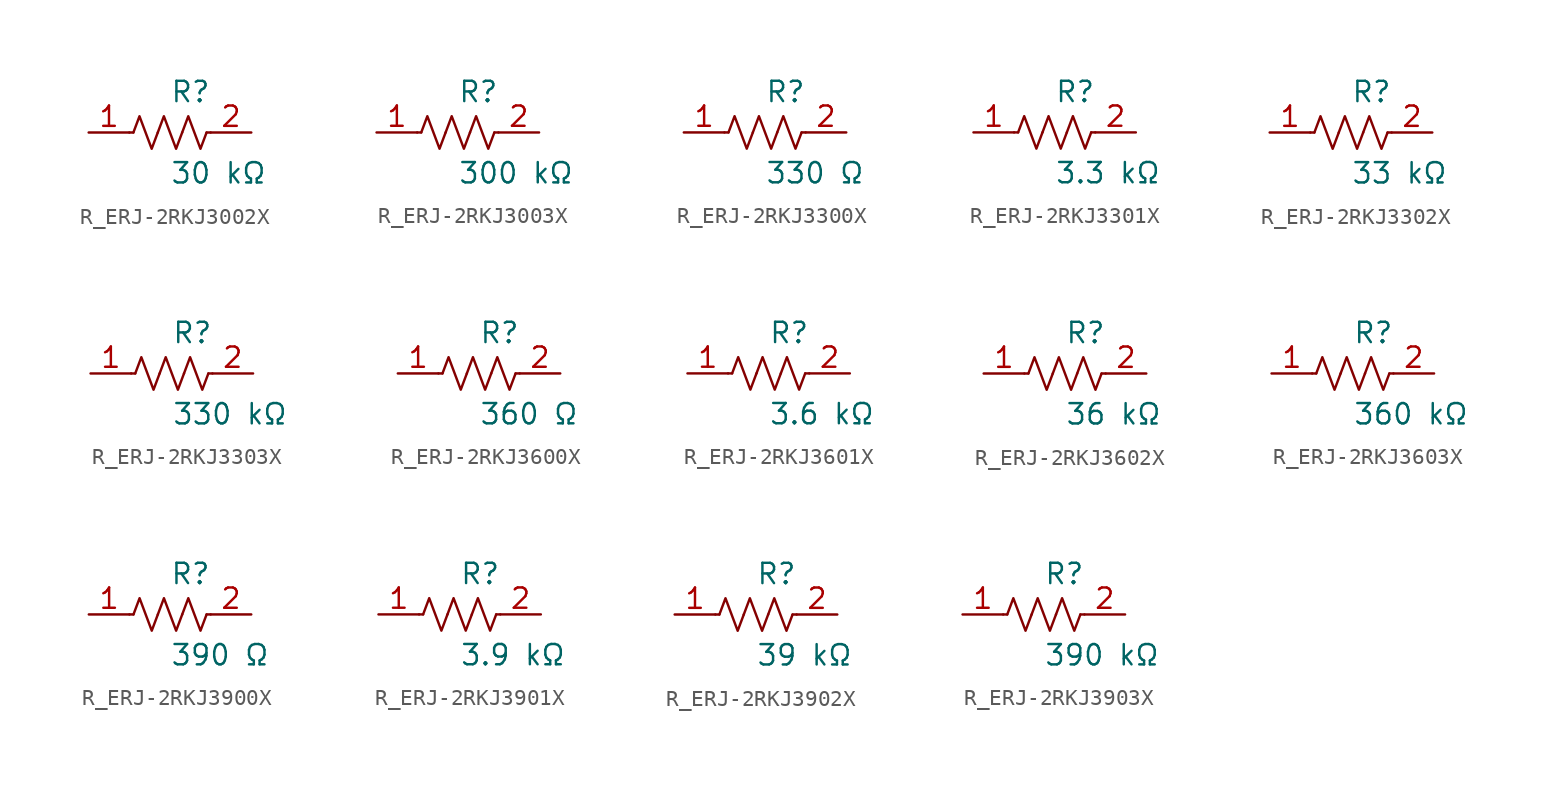
<source format=kicad_sym>
(kicad_symbol_lib
  (version 20231120)
  (generator kicad_symbol_editor)
  (generator_version 8.0)
  (symbol "R_ERJ-2RKJ3002X"
    (pin_names
      (offset 0.254))
    (property "Reference" "R"
      (at 0 2.54 0)
      (effects (font (size 1.27 1.27)) (justify left)))
    (property "Value" "30 kΩ"
      (at 0 -2.54 0)
      (effects (font (size 1.27 1.27)) (justify left)))
    (symbol "R_ERJ-2RKJ3002X_0_1"
      (polyline (pts (xy 2.286 0) (xy 2.54 0)) (stroke (width 0) (type default)) (fill (type none)))
      (polyline (pts (xy -2.286 0) (xy -2.54 0)) (stroke (width 0) (type default)) (fill (type none)))
      (polyline (pts (xy 0.762 0) (xy 1.143 1.016) (xy 1.524 0) (xy 1.905 -1.016) (xy 2.286 0)) (stroke (width 0) (type default)) (fill (type none)))
      (polyline (pts (xy -0.762 0) (xy -0.381 1.016) (xy 0 0) (xy 0.381 -1.016) (xy 0.762 0)) (stroke (width 0) (type default)) (fill (type none)))
      (polyline (pts (xy -2.286 0) (xy -1.905 1.016) (xy -1.524 0) (xy -1.143 -1.016) (xy -0.762 0)) (stroke (width 0) (type default)) (fill (type none))))
    (pin unspecified line
      (at -5.08 0 0)
      (length 2.54)
      (name "" (effects (font (size 1.27 1.27))))
      (number "1" (effects (font (size 1.27 1.27)))))
    (pin unspecified line
      (at 5.08 0 180)
      (length 2.54)
      (name "" (effects (font (size 1.27 1.27))))
      (number "2" (effects (font (size 1.27 1.27))))))
  (symbol "R_ERJ-2RKJ3003X"
    (pin_names
      (offset 0.254))
    (property "Reference" "R"
      (at 0 2.54 0)
      (effects (font (size 1.27 1.27)) (justify left)))
    (property "Value" "300 kΩ"
      (at 0 -2.54 0)
      (effects (font (size 1.27 1.27)) (justify left)))
    (symbol "R_ERJ-2RKJ3003X_0_1"
      (polyline (pts (xy 2.286 0) (xy 2.54 0)) (stroke (width 0) (type default)) (fill (type none)))
      (polyline (pts (xy -2.286 0) (xy -2.54 0)) (stroke (width 0) (type default)) (fill (type none)))
      (polyline (pts (xy 0.762 0) (xy 1.143 1.016) (xy 1.524 0) (xy 1.905 -1.016) (xy 2.286 0)) (stroke (width 0) (type default)) (fill (type none)))
      (polyline (pts (xy -0.762 0) (xy -0.381 1.016) (xy 0 0) (xy 0.381 -1.016) (xy 0.762 0)) (stroke (width 0) (type default)) (fill (type none)))
      (polyline (pts (xy -2.286 0) (xy -1.905 1.016) (xy -1.524 0) (xy -1.143 -1.016) (xy -0.762 0)) (stroke (width 0) (type default)) (fill (type none))))
    (pin unspecified line
      (at -5.08 0 0)
      (length 2.54)
      (name "" (effects (font (size 1.27 1.27))))
      (number "1" (effects (font (size 1.27 1.27)))))
    (pin unspecified line
      (at 5.08 0 180)
      (length 2.54)
      (name "" (effects (font (size 1.27 1.27))))
      (number "2" (effects (font (size 1.27 1.27))))))
  (symbol "R_ERJ-2RKJ3300X"
    (pin_names
      (offset 0.254))
    (property "Reference" "R"
      (at 0 2.54 0)
      (effects (font (size 1.27 1.27)) (justify left)))
    (property "Value" "330 Ω"
      (at 0 -2.54 0)
      (effects (font (size 1.27 1.27)) (justify left)))
    (symbol "R_ERJ-2RKJ3300X_0_1"
      (polyline (pts (xy 2.286 0) (xy 2.54 0)) (stroke (width 0) (type default)) (fill (type none)))
      (polyline (pts (xy -2.286 0) (xy -2.54 0)) (stroke (width 0) (type default)) (fill (type none)))
      (polyline (pts (xy 0.762 0) (xy 1.143 1.016) (xy 1.524 0) (xy 1.905 -1.016) (xy 2.286 0)) (stroke (width 0) (type default)) (fill (type none)))
      (polyline (pts (xy -0.762 0) (xy -0.381 1.016) (xy 0 0) (xy 0.381 -1.016) (xy 0.762 0)) (stroke (width 0) (type default)) (fill (type none)))
      (polyline (pts (xy -2.286 0) (xy -1.905 1.016) (xy -1.524 0) (xy -1.143 -1.016) (xy -0.762 0)) (stroke (width 0) (type default)) (fill (type none))))
    (pin unspecified line
      (at -5.08 0 0)
      (length 2.54)
      (name "" (effects (font (size 1.27 1.27))))
      (number "1" (effects (font (size 1.27 1.27)))))
    (pin unspecified line
      (at 5.08 0 180)
      (length 2.54)
      (name "" (effects (font (size 1.27 1.27))))
      (number "2" (effects (font (size 1.27 1.27))))))
  (symbol "R_ERJ-2RKJ3301X"
    (pin_names
      (offset 0.254))
    (property "Reference" "R"
      (at 0 2.54 0)
      (effects (font (size 1.27 1.27)) (justify left)))
    (property "Value" "3.3 kΩ"
      (at 0 -2.54 0)
      (effects (font (size 1.27 1.27)) (justify left)))
    (symbol "R_ERJ-2RKJ3301X_0_1"
      (polyline (pts (xy 2.286 0) (xy 2.54 0)) (stroke (width 0) (type default)) (fill (type none)))
      (polyline (pts (xy -2.286 0) (xy -2.54 0)) (stroke (width 0) (type default)) (fill (type none)))
      (polyline (pts (xy 0.762 0) (xy 1.143 1.016) (xy 1.524 0) (xy 1.905 -1.016) (xy 2.286 0)) (stroke (width 0) (type default)) (fill (type none)))
      (polyline (pts (xy -0.762 0) (xy -0.381 1.016) (xy 0 0) (xy 0.381 -1.016) (xy 0.762 0)) (stroke (width 0) (type default)) (fill (type none)))
      (polyline (pts (xy -2.286 0) (xy -1.905 1.016) (xy -1.524 0) (xy -1.143 -1.016) (xy -0.762 0)) (stroke (width 0) (type default)) (fill (type none))))
    (pin unspecified line
      (at -5.08 0 0)
      (length 2.54)
      (name "" (effects (font (size 1.27 1.27))))
      (number "1" (effects (font (size 1.27 1.27)))))
    (pin unspecified line
      (at 5.08 0 180)
      (length 2.54)
      (name "" (effects (font (size 1.27 1.27))))
      (number "2" (effects (font (size 1.27 1.27))))))
  (symbol "R_ERJ-2RKJ3302X"
    (pin_names
      (offset 0.254))
    (property "Reference" "R"
      (at 0 2.54 0)
      (effects (font (size 1.27 1.27)) (justify left)))
    (property "Value" "33 kΩ"
      (at 0 -2.54 0)
      (effects (font (size 1.27 1.27)) (justify left)))
    (symbol "R_ERJ-2RKJ3302X_0_1"
      (polyline (pts (xy 2.286 0) (xy 2.54 0)) (stroke (width 0) (type default)) (fill (type none)))
      (polyline (pts (xy -2.286 0) (xy -2.54 0)) (stroke (width 0) (type default)) (fill (type none)))
      (polyline (pts (xy 0.762 0) (xy 1.143 1.016) (xy 1.524 0) (xy 1.905 -1.016) (xy 2.286 0)) (stroke (width 0) (type default)) (fill (type none)))
      (polyline (pts (xy -0.762 0) (xy -0.381 1.016) (xy 0 0) (xy 0.381 -1.016) (xy 0.762 0)) (stroke (width 0) (type default)) (fill (type none)))
      (polyline (pts (xy -2.286 0) (xy -1.905 1.016) (xy -1.524 0) (xy -1.143 -1.016) (xy -0.762 0)) (stroke (width 0) (type default)) (fill (type none))))
    (pin unspecified line
      (at -5.08 0 0)
      (length 2.54)
      (name "" (effects (font (size 1.27 1.27))))
      (number "1" (effects (font (size 1.27 1.27)))))
    (pin unspecified line
      (at 5.08 0 180)
      (length 2.54)
      (name "" (effects (font (size 1.27 1.27))))
      (number "2" (effects (font (size 1.27 1.27))))))
  (symbol "R_ERJ-2RKJ3303X"
    (pin_names
      (offset 0.254))
    (property "Reference" "R"
      (at 0 2.54 0)
      (effects (font (size 1.27 1.27)) (justify left)))
    (property "Value" "330 kΩ"
      (at 0 -2.54 0)
      (effects (font (size 1.27 1.27)) (justify left)))
    (symbol "R_ERJ-2RKJ3303X_0_1"
      (polyline (pts (xy 2.286 0) (xy 2.54 0)) (stroke (width 0) (type default)) (fill (type none)))
      (polyline (pts (xy -2.286 0) (xy -2.54 0)) (stroke (width 0) (type default)) (fill (type none)))
      (polyline (pts (xy 0.762 0) (xy 1.143 1.016) (xy 1.524 0) (xy 1.905 -1.016) (xy 2.286 0)) (stroke (width 0) (type default)) (fill (type none)))
      (polyline (pts (xy -0.762 0) (xy -0.381 1.016) (xy 0 0) (xy 0.381 -1.016) (xy 0.762 0)) (stroke (width 0) (type default)) (fill (type none)))
      (polyline (pts (xy -2.286 0) (xy -1.905 1.016) (xy -1.524 0) (xy -1.143 -1.016) (xy -0.762 0)) (stroke (width 0) (type default)) (fill (type none))))
    (pin unspecified line
      (at -5.08 0 0)
      (length 2.54)
      (name "" (effects (font (size 1.27 1.27))))
      (number "1" (effects (font (size 1.27 1.27)))))
    (pin unspecified line
      (at 5.08 0 180)
      (length 2.54)
      (name "" (effects (font (size 1.27 1.27))))
      (number "2" (effects (font (size 1.27 1.27))))))
  (symbol "R_ERJ-2RKJ3600X"
    (pin_names
      (offset 0.254))
    (property "Reference" "R"
      (at 0 2.54 0)
      (effects (font (size 1.27 1.27)) (justify left)))
    (property "Value" "360 Ω"
      (at 0 -2.54 0)
      (effects (font (size 1.27 1.27)) (justify left)))
    (symbol "R_ERJ-2RKJ3600X_0_1"
      (polyline (pts (xy 2.286 0) (xy 2.54 0)) (stroke (width 0) (type default)) (fill (type none)))
      (polyline (pts (xy -2.286 0) (xy -2.54 0)) (stroke (width 0) (type default)) (fill (type none)))
      (polyline (pts (xy 0.762 0) (xy 1.143 1.016) (xy 1.524 0) (xy 1.905 -1.016) (xy 2.286 0)) (stroke (width 0) (type default)) (fill (type none)))
      (polyline (pts (xy -0.762 0) (xy -0.381 1.016) (xy 0 0) (xy 0.381 -1.016) (xy 0.762 0)) (stroke (width 0) (type default)) (fill (type none)))
      (polyline (pts (xy -2.286 0) (xy -1.905 1.016) (xy -1.524 0) (xy -1.143 -1.016) (xy -0.762 0)) (stroke (width 0) (type default)) (fill (type none))))
    (pin unspecified line
      (at -5.08 0 0)
      (length 2.54)
      (name "" (effects (font (size 1.27 1.27))))
      (number "1" (effects (font (size 1.27 1.27)))))
    (pin unspecified line
      (at 5.08 0 180)
      (length 2.54)
      (name "" (effects (font (size 1.27 1.27))))
      (number "2" (effects (font (size 1.27 1.27))))))
  (symbol "R_ERJ-2RKJ3601X"
    (pin_names
      (offset 0.254))
    (property "Reference" "R"
      (at 0 2.54 0)
      (effects (font (size 1.27 1.27)) (justify left)))
    (property "Value" "3.6 kΩ"
      (at 0 -2.54 0)
      (effects (font (size 1.27 1.27)) (justify left)))
    (symbol "R_ERJ-2RKJ3601X_0_1"
      (polyline (pts (xy 2.286 0) (xy 2.54 0)) (stroke (width 0) (type default)) (fill (type none)))
      (polyline (pts (xy -2.286 0) (xy -2.54 0)) (stroke (width 0) (type default)) (fill (type none)))
      (polyline (pts (xy 0.762 0) (xy 1.143 1.016) (xy 1.524 0) (xy 1.905 -1.016) (xy 2.286 0)) (stroke (width 0) (type default)) (fill (type none)))
      (polyline (pts (xy -0.762 0) (xy -0.381 1.016) (xy 0 0) (xy 0.381 -1.016) (xy 0.762 0)) (stroke (width 0) (type default)) (fill (type none)))
      (polyline (pts (xy -2.286 0) (xy -1.905 1.016) (xy -1.524 0) (xy -1.143 -1.016) (xy -0.762 0)) (stroke (width 0) (type default)) (fill (type none))))
    (pin unspecified line
      (at -5.08 0 0)
      (length 2.54)
      (name "" (effects (font (size 1.27 1.27))))
      (number "1" (effects (font (size 1.27 1.27)))))
    (pin unspecified line
      (at 5.08 0 180)
      (length 2.54)
      (name "" (effects (font (size 1.27 1.27))))
      (number "2" (effects (font (size 1.27 1.27))))))
  (symbol "R_ERJ-2RKJ3602X"
    (pin_names
      (offset 0.254))
    (property "Reference" "R"
      (at 0 2.54 0)
      (effects (font (size 1.27 1.27)) (justify left)))
    (property "Value" "36 kΩ"
      (at 0 -2.54 0)
      (effects (font (size 1.27 1.27)) (justify left)))
    (symbol "R_ERJ-2RKJ3602X_0_1"
      (polyline (pts (xy 2.286 0) (xy 2.54 0)) (stroke (width 0) (type default)) (fill (type none)))
      (polyline (pts (xy -2.286 0) (xy -2.54 0)) (stroke (width 0) (type default)) (fill (type none)))
      (polyline (pts (xy 0.762 0) (xy 1.143 1.016) (xy 1.524 0) (xy 1.905 -1.016) (xy 2.286 0)) (stroke (width 0) (type default)) (fill (type none)))
      (polyline (pts (xy -0.762 0) (xy -0.381 1.016) (xy 0 0) (xy 0.381 -1.016) (xy 0.762 0)) (stroke (width 0) (type default)) (fill (type none)))
      (polyline (pts (xy -2.286 0) (xy -1.905 1.016) (xy -1.524 0) (xy -1.143 -1.016) (xy -0.762 0)) (stroke (width 0) (type default)) (fill (type none))))
    (pin unspecified line
      (at -5.08 0 0)
      (length 2.54)
      (name "" (effects (font (size 1.27 1.27))))
      (number "1" (effects (font (size 1.27 1.27)))))
    (pin unspecified line
      (at 5.08 0 180)
      (length 2.54)
      (name "" (effects (font (size 1.27 1.27))))
      (number "2" (effects (font (size 1.27 1.27))))))
  (symbol "R_ERJ-2RKJ3603X"
    (pin_names
      (offset 0.254))
    (property "Reference" "R"
      (at 0 2.54 0)
      (effects (font (size 1.27 1.27)) (justify left)))
    (property "Value" "360 kΩ"
      (at 0 -2.54 0)
      (effects (font (size 1.27 1.27)) (justify left)))
    (symbol "R_ERJ-2RKJ3603X_0_1"
      (polyline (pts (xy 2.286 0) (xy 2.54 0)) (stroke (width 0) (type default)) (fill (type none)))
      (polyline (pts (xy -2.286 0) (xy -2.54 0)) (stroke (width 0) (type default)) (fill (type none)))
      (polyline (pts (xy 0.762 0) (xy 1.143 1.016) (xy 1.524 0) (xy 1.905 -1.016) (xy 2.286 0)) (stroke (width 0) (type default)) (fill (type none)))
      (polyline (pts (xy -0.762 0) (xy -0.381 1.016) (xy 0 0) (xy 0.381 -1.016) (xy 0.762 0)) (stroke (width 0) (type default)) (fill (type none)))
      (polyline (pts (xy -2.286 0) (xy -1.905 1.016) (xy -1.524 0) (xy -1.143 -1.016) (xy -0.762 0)) (stroke (width 0) (type default)) (fill (type none))))
    (pin unspecified line
      (at -5.08 0 0)
      (length 2.54)
      (name "" (effects (font (size 1.27 1.27))))
      (number "1" (effects (font (size 1.27 1.27)))))
    (pin unspecified line
      (at 5.08 0 180)
      (length 2.54)
      (name "" (effects (font (size 1.27 1.27))))
      (number "2" (effects (font (size 1.27 1.27))))))
  (symbol "R_ERJ-2RKJ3900X"
    (pin_names
      (offset 0.254))
    (property "Reference" "R"
      (at 0 2.54 0)
      (effects (font (size 1.27 1.27)) (justify left)))
    (property "Value" "390 Ω"
      (at 0 -2.54 0)
      (effects (font (size 1.27 1.27)) (justify left)))
    (symbol "R_ERJ-2RKJ3900X_0_1"
      (polyline (pts (xy 2.286 0) (xy 2.54 0)) (stroke (width 0) (type default)) (fill (type none)))
      (polyline (pts (xy -2.286 0) (xy -2.54 0)) (stroke (width 0) (type default)) (fill (type none)))
      (polyline (pts (xy 0.762 0) (xy 1.143 1.016) (xy 1.524 0) (xy 1.905 -1.016) (xy 2.286 0)) (stroke (width 0) (type default)) (fill (type none)))
      (polyline (pts (xy -0.762 0) (xy -0.381 1.016) (xy 0 0) (xy 0.381 -1.016) (xy 0.762 0)) (stroke (width 0) (type default)) (fill (type none)))
      (polyline (pts (xy -2.286 0) (xy -1.905 1.016) (xy -1.524 0) (xy -1.143 -1.016) (xy -0.762 0)) (stroke (width 0) (type default)) (fill (type none))))
    (pin unspecified line
      (at -5.08 0 0)
      (length 2.54)
      (name "" (effects (font (size 1.27 1.27))))
      (number "1" (effects (font (size 1.27 1.27)))))
    (pin unspecified line
      (at 5.08 0 180)
      (length 2.54)
      (name "" (effects (font (size 1.27 1.27))))
      (number "2" (effects (font (size 1.27 1.27))))))
  (symbol "R_ERJ-2RKJ3901X"
    (pin_names
      (offset 0.254))
    (property "Reference" "R"
      (at 0 2.54 0)
      (effects (font (size 1.27 1.27)) (justify left)))
    (property "Value" "3.9 kΩ"
      (at 0 -2.54 0)
      (effects (font (size 1.27 1.27)) (justify left)))
    (symbol "R_ERJ-2RKJ3901X_0_1"
      (polyline (pts (xy 2.286 0) (xy 2.54 0)) (stroke (width 0) (type default)) (fill (type none)))
      (polyline (pts (xy -2.286 0) (xy -2.54 0)) (stroke (width 0) (type default)) (fill (type none)))
      (polyline (pts (xy 0.762 0) (xy 1.143 1.016) (xy 1.524 0) (xy 1.905 -1.016) (xy 2.286 0)) (stroke (width 0) (type default)) (fill (type none)))
      (polyline (pts (xy -0.762 0) (xy -0.381 1.016) (xy 0 0) (xy 0.381 -1.016) (xy 0.762 0)) (stroke (width 0) (type default)) (fill (type none)))
      (polyline (pts (xy -2.286 0) (xy -1.905 1.016) (xy -1.524 0) (xy -1.143 -1.016) (xy -0.762 0)) (stroke (width 0) (type default)) (fill (type none))))
    (pin unspecified line
      (at -5.08 0 0)
      (length 2.54)
      (name "" (effects (font (size 1.27 1.27))))
      (number "1" (effects (font (size 1.27 1.27)))))
    (pin unspecified line
      (at 5.08 0 180)
      (length 2.54)
      (name "" (effects (font (size 1.27 1.27))))
      (number "2" (effects (font (size 1.27 1.27))))))
  (symbol "R_ERJ-2RKJ3902X"
    (pin_names
      (offset 0.254))
    (property "Reference" "R"
      (at 0 2.54 0)
      (effects (font (size 1.27 1.27)) (justify left)))
    (property "Value" "39 kΩ"
      (at 0 -2.54 0)
      (effects (font (size 1.27 1.27)) (justify left)))
    (symbol "R_ERJ-2RKJ3902X_0_1"
      (polyline (pts (xy 2.286 0) (xy 2.54 0)) (stroke (width 0) (type default)) (fill (type none)))
      (polyline (pts (xy -2.286 0) (xy -2.54 0)) (stroke (width 0) (type default)) (fill (type none)))
      (polyline (pts (xy 0.762 0) (xy 1.143 1.016) (xy 1.524 0) (xy 1.905 -1.016) (xy 2.286 0)) (stroke (width 0) (type default)) (fill (type none)))
      (polyline (pts (xy -0.762 0) (xy -0.381 1.016) (xy 0 0) (xy 0.381 -1.016) (xy 0.762 0)) (stroke (width 0) (type default)) (fill (type none)))
      (polyline (pts (xy -2.286 0) (xy -1.905 1.016) (xy -1.524 0) (xy -1.143 -1.016) (xy -0.762 0)) (stroke (width 0) (type default)) (fill (type none))))
    (pin unspecified line
      (at -5.08 0 0)
      (length 2.54)
      (name "" (effects (font (size 1.27 1.27))))
      (number "1" (effects (font (size 1.27 1.27)))))
    (pin unspecified line
      (at 5.08 0 180)
      (length 2.54)
      (name "" (effects (font (size 1.27 1.27))))
      (number "2" (effects (font (size 1.27 1.27))))))
  (symbol "R_ERJ-2RKJ3903X"
    (pin_names
      (offset 0.254))
    (property "Reference" "R"
      (at 0 2.54 0)
      (effects (font (size 1.27 1.27)) (justify left)))
    (property "Value" "390 kΩ"
      (at 0 -2.54 0)
      (effects (font (size 1.27 1.27)) (justify left)))
    (symbol "R_ERJ-2RKJ3903X_0_1"
      (polyline (pts (xy 2.286 0) (xy 2.54 0)) (stroke (width 0) (type default)) (fill (type none)))
      (polyline (pts (xy -2.286 0) (xy -2.54 0)) (stroke (width 0) (type default)) (fill (type none)))
      (polyline (pts (xy 0.762 0) (xy 1.143 1.016) (xy 1.524 0) (xy 1.905 -1.016) (xy 2.286 0)) (stroke (width 0) (type default)) (fill (type none)))
      (polyline (pts (xy -0.762 0) (xy -0.381 1.016) (xy 0 0) (xy 0.381 -1.016) (xy 0.762 0)) (stroke (width 0) (type default)) (fill (type none)))
      (polyline (pts (xy -2.286 0) (xy -1.905 1.016) (xy -1.524 0) (xy -1.143 -1.016) (xy -0.762 0)) (stroke (width 0) (type default)) (fill (type none))))
    (pin unspecified line
      (at -5.08 0 0)
      (length 2.54)
      (name "" (effects (font (size 1.27 1.27))))
      (number "1" (effects (font (size 1.27 1.27)))))
    (pin unspecified line
      (at 5.08 0 180)
      (length 2.54)
      (name "" (effects (font (size 1.27 1.27))))
      (number "2" (effects (font (size 1.27 1.27)))))))
</source>
